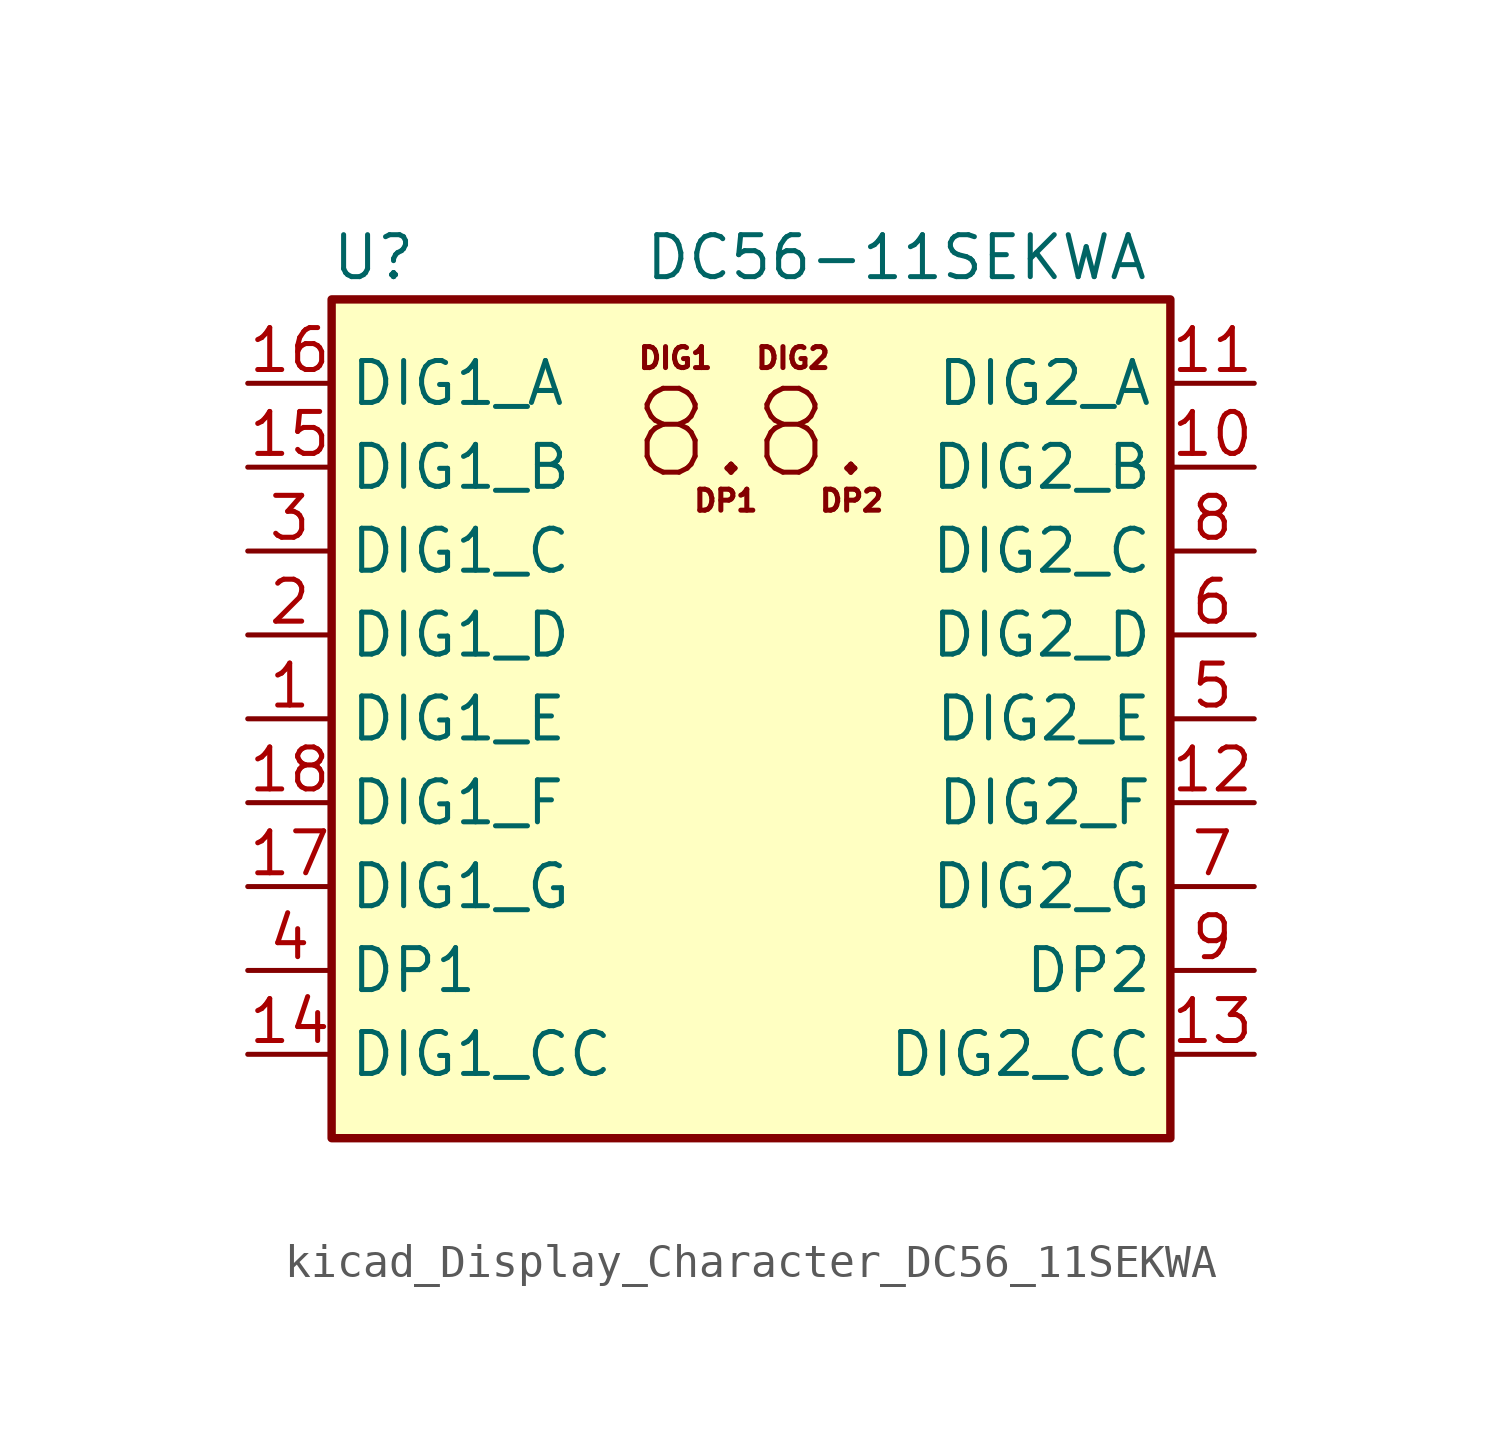
<source format=kicad_sym>
(kicad_symbol_lib
  (version 20220914)
  (generator kicad_symbol_editor)
  (symbol "kicad_Display_Character_DC56_11SEKWA"
    (property "Reference" "U"
      (at -11.43 13.97 0)
      (effects (font (size 1.27 1.27))))
    (property "Value" "DC56-11SEKWA"
      (at 12.065 13.97 0)
      (effects (font (size 1.27 1.27)) (justify right)))
    (symbol "kicad_Display_Character_DC56_11SEKWA_0_0"
      (text "8.8." (at 0 8.636 0) (effects (font (size 2.54 2.54))))
      (text "DIG1" (at -2.286 10.922 0) (effects (font (size 0.635 0.635))))
      (text "DIG2" (at 1.27 10.922 0) (effects (font (size 0.635 0.635))))
      (text "DP1" (at -0.762 6.604 0) (effects (font (size 0.635 0.635))))
      (text "DP2" (at 3.048 6.604 0) (effects (font (size 0.635 0.635)))))
    (symbol "kicad_Display_Character_DC56_11SEKWA_0_1"
      (rectangle (start -12.7 12.7) (end 12.7 -12.7) (stroke (width 0.254) (type default)) (fill (type background))))
    (symbol "kicad_Display_Character_DC56_11SEKWA_1_1"
      (pin input line (at -15.24 0 0) (length 2.54) (name "DIG1_E" (effects (font (size 1.27 1.27)))) (number "1" (effects (font (size 1.27 1.27)))))
      (pin input line (at 15.24 7.62 180) (length 2.54) (name "DIG2_B" (effects (font (size 1.27 1.27)))) (number "10" (effects (font (size 1.27 1.27)))))
      (pin input line (at 15.24 10.16 180) (length 2.54) (name "DIG2_A" (effects (font (size 1.27 1.27)))) (number "11" (effects (font (size 1.27 1.27)))))
      (pin input line (at 15.24 -2.54 180) (length 2.54) (name "DIG2_F" (effects (font (size 1.27 1.27)))) (number "12" (effects (font (size 1.27 1.27)))))
      (pin input line (at 15.24 -10.16 180) (length 2.54) (name "DIG2_CC" (effects (font (size 1.27 1.27)))) (number "13" (effects (font (size 1.27 1.27)))))
      (pin input line (at -15.24 -10.16 0) (length 2.54) (name "DIG1_CC" (effects (font (size 1.27 1.27)))) (number "14" (effects (font (size 1.27 1.27)))))
      (pin input line (at -15.24 7.62 0) (length 2.54) (name "DIG1_B" (effects (font (size 1.27 1.27)))) (number "15" (effects (font (size 1.27 1.27)))))
      (pin input line (at -15.24 10.16 0) (length 2.54) (name "DIG1_A" (effects (font (size 1.27 1.27)))) (number "16" (effects (font (size 1.27 1.27)))))
      (pin input line (at -15.24 -5.08 0) (length 2.54) (name "DIG1_G" (effects (font (size 1.27 1.27)))) (number "17" (effects (font (size 1.27 1.27)))))
      (pin input line (at -15.24 -2.54 0) (length 2.54) (name "DIG1_F" (effects (font (size 1.27 1.27)))) (number "18" (effects (font (size 1.27 1.27)))))
      (pin input line (at -15.24 2.54 0) (length 2.54) (name "DIG1_D" (effects (font (size 1.27 1.27)))) (number "2" (effects (font (size 1.27 1.27)))))
      (pin input line (at -15.24 5.08 0) (length 2.54) (name "DIG1_C" (effects (font (size 1.27 1.27)))) (number "3" (effects (font (size 1.27 1.27)))))
      (pin input line (at -15.24 -7.62 0) (length 2.54) (name "DP1" (effects (font (size 1.27 1.27)))) (number "4" (effects (font (size 1.27 1.27)))))
      (pin input line (at 15.24 0 180) (length 2.54) (name "DIG2_E" (effects (font (size 1.27 1.27)))) (number "5" (effects (font (size 1.27 1.27)))))
      (pin input line (at 15.24 2.54 180) (length 2.54) (name "DIG2_D" (effects (font (size 1.27 1.27)))) (number "6" (effects (font (size 1.27 1.27)))))
      (pin input line (at 15.24 -5.08 180) (length 2.54) (name "DIG2_G" (effects (font (size 1.27 1.27)))) (number "7" (effects (font (size 1.27 1.27)))))
      (pin input line (at 15.24 5.08 180) (length 2.54) (name "DIG2_C" (effects (font (size 1.27 1.27)))) (number "8" (effects (font (size 1.27 1.27)))))
      (pin input line (at 15.24 -7.62 180) (length 2.54) (name "DP2" (effects (font (size 1.27 1.27)))) (number "9" (effects (font (size 1.27 1.27))))))))
</source>
